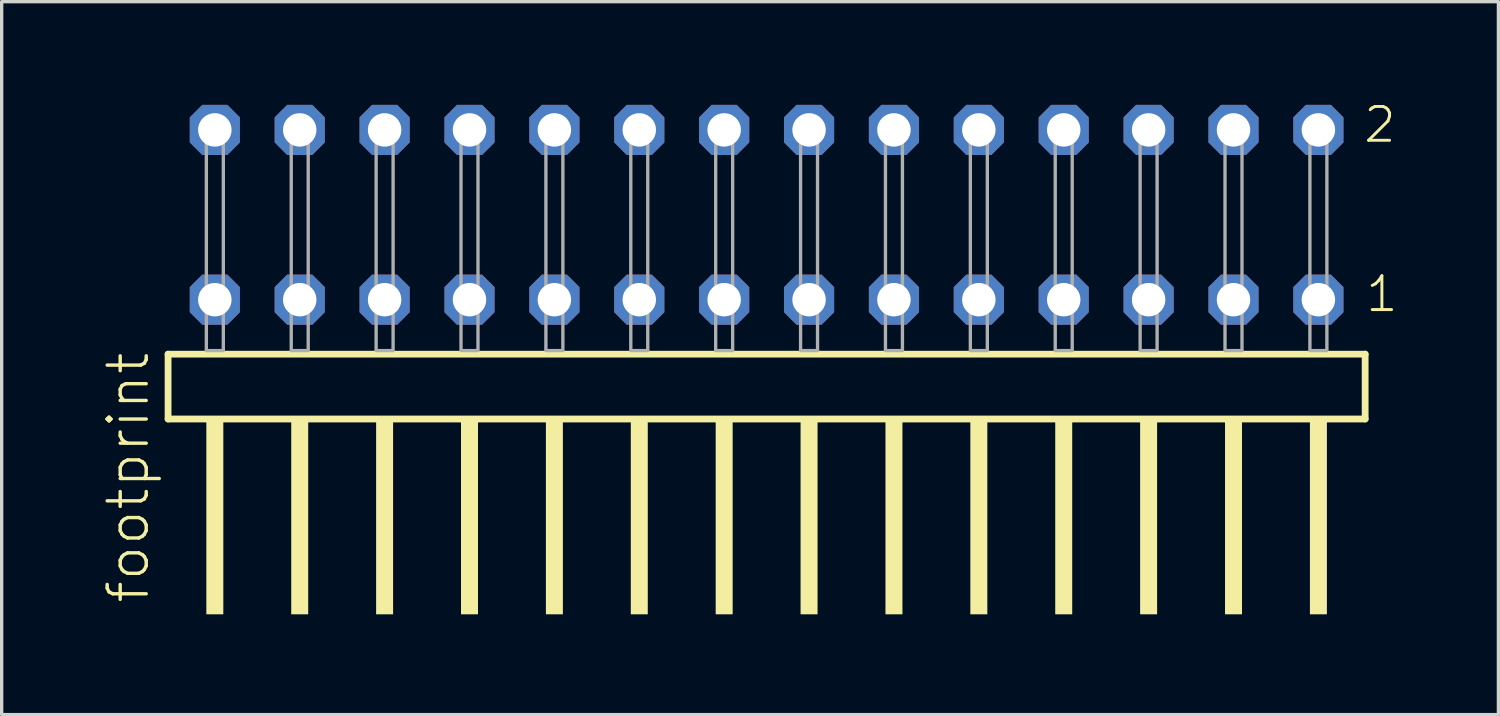
<source format=kicad_pcb>
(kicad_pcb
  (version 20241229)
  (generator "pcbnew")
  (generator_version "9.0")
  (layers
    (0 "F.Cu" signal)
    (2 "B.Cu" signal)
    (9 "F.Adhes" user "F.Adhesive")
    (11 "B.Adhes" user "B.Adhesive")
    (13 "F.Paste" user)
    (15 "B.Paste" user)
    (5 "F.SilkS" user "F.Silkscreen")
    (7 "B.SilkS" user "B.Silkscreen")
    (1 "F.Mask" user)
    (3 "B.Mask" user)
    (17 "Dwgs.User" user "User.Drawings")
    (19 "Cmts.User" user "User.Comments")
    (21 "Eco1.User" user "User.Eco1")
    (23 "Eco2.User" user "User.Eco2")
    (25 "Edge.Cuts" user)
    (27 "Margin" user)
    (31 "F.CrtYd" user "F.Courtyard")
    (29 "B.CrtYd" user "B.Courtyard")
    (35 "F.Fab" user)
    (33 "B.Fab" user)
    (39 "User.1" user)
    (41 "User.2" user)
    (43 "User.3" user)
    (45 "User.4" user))
  (footprint "footprint"
    (layer "F.Cu")
    (at 19.888 7.441)
    (property "Reference" "footprint" (at -18.415 7.62 90) (layer "F.SilkS") (effects (font (size 1.168 1.168) (thickness 0.102)) (justify left bottom)))
    (fp_line (start -17.909 0.106) (end -17.909 2.046) (stroke (width 0.203) (type solid)) (layer "F.SilkS"))
    (fp_line (start -17.909 2.046) (end 17.909 2.046) (stroke (width 0.203) (type solid)) (layer "F.SilkS"))
    (fp_line (start 17.909 0.106) (end -17.909 0.106) (stroke (width 0.203) (type solid)) (layer "F.SilkS"))
    (fp_line (start 17.909 2.046) (end 17.909 0.106) (stroke (width 0.203) (type solid)) (layer "F.SilkS"))
    (fp_poly (pts (xy -16.764 7.89) (xy -16.256 7.89) (xy -16.256 2.04) (xy -16.764 2.04)) (stroke (width 0) (type solid)) (fill yes) (layer "F.SilkS"))
    (fp_poly (pts (xy -14.224 7.89) (xy -13.716 7.89) (xy -13.716 2.04) (xy -14.224 2.04)) (stroke (width 0) (type solid)) (fill yes) (layer "F.SilkS"))
    (fp_poly (pts (xy -11.684 7.89) (xy -11.176 7.89) (xy -11.176 2.04) (xy -11.684 2.04)) (stroke (width 0) (type solid)) (fill yes) (layer "F.SilkS"))
    (fp_poly (pts (xy -9.144 7.89) (xy -8.636 7.89) (xy -8.636 2.04) (xy -9.144 2.04)) (stroke (width 0) (type solid)) (fill yes) (layer "F.SilkS"))
    (fp_poly (pts (xy -6.604 7.89) (xy -6.096 7.89) (xy -6.096 2.04) (xy -6.604 2.04)) (stroke (width 0) (type solid)) (fill yes) (layer "F.SilkS"))
    (fp_poly (pts (xy -4.064 7.89) (xy -3.556 7.89) (xy -3.556 2.04) (xy -4.064 2.04)) (stroke (width 0) (type solid)) (fill yes) (layer "F.SilkS"))
    (fp_poly (pts (xy -1.524 7.89) (xy -1.016 7.89) (xy -1.016 2.04) (xy -1.524 2.04)) (stroke (width 0) (type solid)) (fill yes) (layer "F.SilkS"))
    (fp_poly (pts (xy 1.016 7.89) (xy 1.524 7.89) (xy 1.524 2.04) (xy 1.016 2.04)) (stroke (width 0) (type solid)) (fill yes) (layer "F.SilkS"))
    (fp_poly (pts (xy 3.556 7.89) (xy 4.064 7.89) (xy 4.064 2.04) (xy 3.556 2.04)) (stroke (width 0) (type solid)) (fill yes) (layer "F.SilkS"))
    (fp_poly (pts (xy 6.096 7.89) (xy 6.604 7.89) (xy 6.604 2.04) (xy 6.096 2.04)) (stroke (width 0) (type solid)) (fill yes) (layer "F.SilkS"))
    (fp_poly (pts (xy 8.636 7.89) (xy 9.144 7.89) (xy 9.144 2.04) (xy 8.636 2.04)) (stroke (width 0) (type solid)) (fill yes) (layer "F.SilkS"))
    (fp_poly (pts (xy 11.176 7.89) (xy 11.684 7.89) (xy 11.684 2.04) (xy 11.176 2.04)) (stroke (width 0) (type solid)) (fill yes) (layer "F.SilkS"))
    (fp_poly (pts (xy 13.716 7.89) (xy 14.224 7.89) (xy 14.224 2.04) (xy 13.716 2.04)) (stroke (width 0) (type solid)) (fill yes) (layer "F.SilkS"))
    (fp_poly (pts (xy 16.256 7.89) (xy 16.764 7.89) (xy 16.764 2.04) (xy 16.256 2.04)) (stroke (width 0) (type solid)) (fill yes) (layer "F.SilkS"))
    (fp_poly (pts (xy -16.764 0) (xy -16.256 0) (xy -16.256 -6.858) (xy -16.764 -6.858)) (stroke (width 0.1) (type solid)) (fill no) (layer "F.Fab"))
    (fp_poly (pts (xy -14.224 0) (xy -13.716 0) (xy -13.716 -6.858) (xy -14.224 -6.858)) (stroke (width 0.1) (type solid)) (fill no) (layer "F.Fab"))
    (fp_poly (pts (xy -11.684 0) (xy -11.176 0) (xy -11.176 -6.858) (xy -11.684 -6.858)) (stroke (width 0.1) (type solid)) (fill no) (layer "F.Fab"))
    (fp_poly (pts (xy -9.144 0) (xy -8.636 0) (xy -8.636 -6.858) (xy -9.144 -6.858)) (stroke (width 0.1) (type solid)) (fill no) (layer "F.Fab"))
    (fp_poly (pts (xy -6.604 0) (xy -6.096 0) (xy -6.096 -6.858) (xy -6.604 -6.858)) (stroke (width 0.1) (type solid)) (fill no) (layer "F.Fab"))
    (fp_poly (pts (xy -4.064 0) (xy -3.556 0) (xy -3.556 -6.858) (xy -4.064 -6.858)) (stroke (width 0.1) (type solid)) (fill no) (layer "F.Fab"))
    (fp_poly (pts (xy -1.524 0) (xy -1.016 0) (xy -1.016 -6.858) (xy -1.524 -6.858)) (stroke (width 0.1) (type solid)) (fill no) (layer "F.Fab"))
    (fp_poly (pts (xy 1.016 0) (xy 1.524 0) (xy 1.524 -6.858) (xy 1.016 -6.858)) (stroke (width 0.1) (type solid)) (fill no) (layer "F.Fab"))
    (fp_poly (pts (xy 3.556 0) (xy 4.064 0) (xy 4.064 -6.858) (xy 3.556 -6.858)) (stroke (width 0.1) (type solid)) (fill no) (layer "F.Fab"))
    (fp_poly (pts (xy 6.096 0) (xy 6.604 0) (xy 6.604 -6.858) (xy 6.096 -6.858)) (stroke (width 0.1) (type solid)) (fill no) (layer "F.Fab"))
    (fp_poly (pts (xy 8.636 0) (xy 9.144 0) (xy 9.144 -6.858) (xy 8.636 -6.858)) (stroke (width 0.1) (type solid)) (fill no) (layer "F.Fab"))
    (fp_poly (pts (xy 11.176 0) (xy 11.684 0) (xy 11.684 -6.858) (xy 11.176 -6.858)) (stroke (width 0.1) (type solid)) (fill no) (layer "F.Fab"))
    (fp_poly (pts (xy 13.716 0) (xy 14.224 0) (xy 14.224 -6.858) (xy 13.716 -6.858)) (stroke (width 0.1) (type solid)) (fill no) (layer "F.Fab"))
    (fp_poly (pts (xy 16.256 0) (xy 16.764 0) (xy 16.764 -6.858) (xy 16.256 -6.858)) (stroke (width 0.1) (type solid)) (fill no) (layer "F.Fab"))
    (fp_text user "2" (at 17.81 -6.165 0) (layer "F.SilkS") (effects (font (size 1.012 1.012) (thickness 0.088)) (justify left bottom)))
    (fp_text user "1" (at 17.87 -1.1 0) (layer "F.SilkS") (effects (font (size 1.012 1.012) (thickness 0.088)) (justify left bottom)))
    (pad "1" thru_hole roundrect (at 16.51 -1.524 180) (size 1.5 1.5) (drill 1) (layers "*.Cu" "*.Mask") (roundrect_rratio 0.25) (chamfer_ratio 0.25) (chamfer top_left top_right bottom_left bottom_right))
    (pad "2" thru_hole roundrect (at 16.51 -6.604 180) (size 1.5 1.5) (drill 1) (layers "*.Cu" "*.Mask") (roundrect_rratio 0.25) (chamfer_ratio 0.25) (chamfer top_left top_right bottom_left bottom_right))
    (pad "3" thru_hole roundrect (at 13.97 -1.524 180) (size 1.5 1.5) (drill 1) (layers "*.Cu" "*.Mask") (roundrect_rratio 0.25) (chamfer_ratio 0.25) (chamfer top_left top_right bottom_left bottom_right))
    (pad "4" thru_hole roundrect (at 13.97 -6.604 180) (size 1.5 1.5) (drill 1) (layers "*.Cu" "*.Mask") (roundrect_rratio 0.25) (chamfer_ratio 0.25) (chamfer top_left top_right bottom_left bottom_right))
    (pad "5" thru_hole roundrect (at 11.43 -1.524 180) (size 1.5 1.5) (drill 1) (layers "*.Cu" "*.Mask") (roundrect_rratio 0.25) (chamfer_ratio 0.25) (chamfer top_left top_right bottom_left bottom_right))
    (pad "6" thru_hole roundrect (at 11.43 -6.604 180) (size 1.5 1.5) (drill 1) (layers "*.Cu" "*.Mask") (roundrect_rratio 0.25) (chamfer_ratio 0.25) (chamfer top_left top_right bottom_left bottom_right))
    (pad "7" thru_hole roundrect (at 8.89 -1.524 180) (size 1.5 1.5) (drill 1) (layers "*.Cu" "*.Mask") (roundrect_rratio 0.25) (chamfer_ratio 0.25) (chamfer top_left top_right bottom_left bottom_right))
    (pad "8" thru_hole roundrect (at 8.89 -6.604 180) (size 1.5 1.5) (drill 1) (layers "*.Cu" "*.Mask") (roundrect_rratio 0.25) (chamfer_ratio 0.25) (chamfer top_left top_right bottom_left bottom_right))
    (pad "9" thru_hole roundrect (at 6.35 -1.524 180) (size 1.5 1.5) (drill 1) (layers "*.Cu" "*.Mask") (roundrect_rratio 0.25) (chamfer_ratio 0.25) (chamfer top_left top_right bottom_left bottom_right))
    (pad "10" thru_hole roundrect (at 6.35 -6.604 180) (size 1.5 1.5) (drill 1) (layers "*.Cu" "*.Mask") (roundrect_rratio 0.25) (chamfer_ratio 0.25) (chamfer top_left top_right bottom_left bottom_right))
    (pad "11" thru_hole roundrect (at 3.81 -1.524 180) (size 1.5 1.5) (drill 1) (layers "*.Cu" "*.Mask") (roundrect_rratio 0.25) (chamfer_ratio 0.25) (chamfer top_left top_right bottom_left bottom_right))
    (pad "12" thru_hole roundrect (at 3.81 -6.604 180) (size 1.5 1.5) (drill 1) (layers "*.Cu" "*.Mask") (roundrect_rratio 0.25) (chamfer_ratio 0.25) (chamfer top_left top_right bottom_left bottom_right))
    (pad "13" thru_hole roundrect (at 1.27 -1.524 180) (size 1.5 1.5) (drill 1) (layers "*.Cu" "*.Mask") (roundrect_rratio 0.25) (chamfer_ratio 0.25) (chamfer top_left top_right bottom_left bottom_right))
    (pad "14" thru_hole roundrect (at 1.27 -6.604 180) (size 1.5 1.5) (drill 1) (layers "*.Cu" "*.Mask") (roundrect_rratio 0.25) (chamfer_ratio 0.25) (chamfer top_left top_right bottom_left bottom_right))
    (pad "15" thru_hole roundrect (at -1.27 -1.524 180) (size 1.5 1.5) (drill 1) (layers "*.Cu" "*.Mask") (roundrect_rratio 0.25) (chamfer_ratio 0.25) (chamfer top_left top_right bottom_left bottom_right))
    (pad "16" thru_hole roundrect (at -1.27 -6.604 180) (size 1.5 1.5) (drill 1) (layers "*.Cu" "*.Mask") (roundrect_rratio 0.25) (chamfer_ratio 0.25) (chamfer top_left top_right bottom_left bottom_right))
    (pad "17" thru_hole roundrect (at -3.81 -1.524 180) (size 1.5 1.5) (drill 1) (layers "*.Cu" "*.Mask") (roundrect_rratio 0.25) (chamfer_ratio 0.25) (chamfer top_left top_right bottom_left bottom_right))
    (pad "18" thru_hole roundrect (at -3.81 -6.604 180) (size 1.5 1.5) (drill 1) (layers "*.Cu" "*.Mask") (roundrect_rratio 0.25) (chamfer_ratio 0.25) (chamfer top_left top_right bottom_left bottom_right))
    (pad "19" thru_hole roundrect (at -6.35 -1.524 180) (size 1.5 1.5) (drill 1) (layers "*.Cu" "*.Mask") (roundrect_rratio 0.25) (chamfer_ratio 0.25) (chamfer top_left top_right bottom_left bottom_right))
    (pad "20" thru_hole roundrect (at -6.35 -6.604 180) (size 1.5 1.5) (drill 1) (layers "*.Cu" "*.Mask") (roundrect_rratio 0.25) (chamfer_ratio 0.25) (chamfer top_left top_right bottom_left bottom_right))
    (pad "21" thru_hole roundrect (at -8.89 -1.524 180) (size 1.5 1.5) (drill 1) (layers "*.Cu" "*.Mask") (roundrect_rratio 0.25) (chamfer_ratio 0.25) (chamfer top_left top_right bottom_left bottom_right))
    (pad "22" thru_hole roundrect (at -8.89 -6.604 180) (size 1.5 1.5) (drill 1) (layers "*.Cu" "*.Mask") (roundrect_rratio 0.25) (chamfer_ratio 0.25) (chamfer top_left top_right bottom_left bottom_right))
    (pad "23" thru_hole roundrect (at -11.43 -1.524 180) (size 1.5 1.5) (drill 1) (layers "*.Cu" "*.Mask") (roundrect_rratio 0.25) (chamfer_ratio 0.25) (chamfer top_left top_right bottom_left bottom_right))
    (pad "24" thru_hole roundrect (at -11.43 -6.604 180) (size 1.5 1.5) (drill 1) (layers "*.Cu" "*.Mask") (roundrect_rratio 0.25) (chamfer_ratio 0.25) (chamfer top_left top_right bottom_left bottom_right))
    (pad "25" thru_hole roundrect (at -13.97 -1.524 180) (size 1.5 1.5) (drill 1) (layers "*.Cu" "*.Mask") (roundrect_rratio 0.25) (chamfer_ratio 0.25) (chamfer top_left top_right bottom_left bottom_right))
    (pad "26" thru_hole roundrect (at -13.97 -6.604 180) (size 1.5 1.5) (drill 1) (layers "*.Cu" "*.Mask") (roundrect_rratio 0.25) (chamfer_ratio 0.25) (chamfer top_left top_right bottom_left bottom_right))
    (pad "27" thru_hole roundrect (at -16.51 -1.524 180) (size 1.5 1.5) (drill 1) (layers "*.Cu" "*.Mask") (roundrect_rratio 0.25) (chamfer_ratio 0.25) (chamfer top_left top_right bottom_left bottom_right))
    (pad "28" thru_hole roundrect (at -16.51 -6.604 180) (size 1.5 1.5) (drill 1) (layers "*.Cu" "*.Mask") (roundrect_rratio 0.25) (chamfer_ratio 0.25) (chamfer top_left top_right bottom_left bottom_right)))
  (gr_rect
    (start -3 -3)
    (end 41.784 18.331)
    (stroke (width 0.1) (type default))
    (fill no)
    (layer "Edge.Cuts")))
</source>
